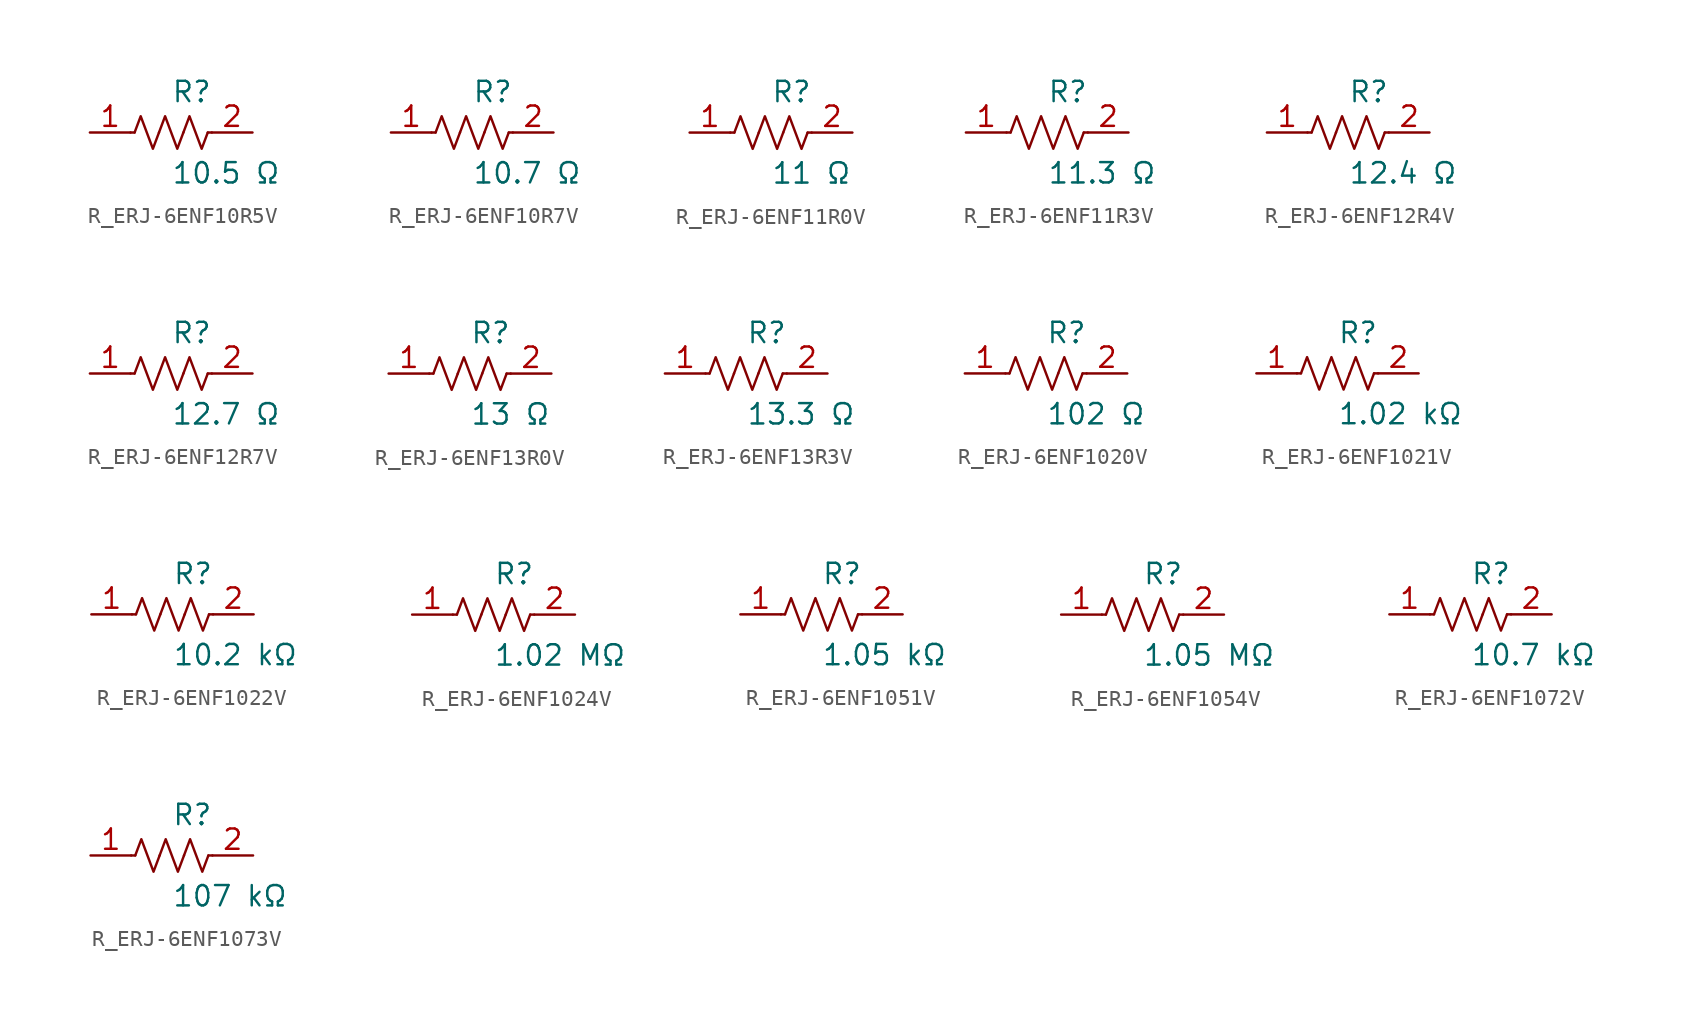
<source format=kicad_sym>
(kicad_symbol_lib
  (version 20231120)
  (generator kicad_symbol_editor)
  (generator_version 8.0)
  (symbol "R_ERJ-6ENF10R5V"
    (pin_names
      (offset 0.254))
    (property "Reference" "R"
      (at 0.0 2.54 0)
      (effects (font (size 1.27 1.27)) (justify left)))
    (property "Value" "10.5 Ω"
      (at 0.0 -2.54 0)
      (effects (font (size 1.27 1.27)) (justify left)))
    (symbol "R_ERJ-6ENF10R5V_0_1"
      (polyline (pts (xy 2.286 0) (xy 2.54 0)) (stroke (width 0) (type default)) (fill (type none)))
      (polyline (pts (xy -2.286 0) (xy -2.54 0)) (stroke (width 0) (type default)) (fill (type none)))
      (polyline (pts (xy 0.762 0) (xy 1.143 1.016) (xy 1.524 0) (xy 1.905 -1.016) (xy 2.286 0)) (stroke (width 0) (type default)) (fill (type none)))
      (polyline (pts (xy -0.762 0) (xy -0.381 1.016) (xy 0 0) (xy 0.381 -1.016) (xy 0.762 0)) (stroke (width 0) (type default)) (fill (type none)))
      (polyline (pts (xy -2.286 0) (xy -1.905 1.016) (xy -1.524 0) (xy -1.143 -1.016) (xy -0.762 0)) (stroke (width 0) (type default)) (fill (type none))))
    (pin unspecified line
      (at -5.08 0 0)
      (length 2.54)
      (name "" (effects (font (size 1.27 1.27))))
      (number "1" (effects (font (size 1.27 1.27)))))
    (pin unspecified line
      (at 5.08 0 180)
      (length 2.54)
      (name "" (effects (font (size 1.27 1.27))))
      (number "2" (effects (font (size 1.27 1.27))))))
  (symbol "R_ERJ-6ENF10R7V"
    (pin_names
      (offset 0.254))
    (property "Reference" "R"
      (at 0.0 2.54 0)
      (effects (font (size 1.27 1.27)) (justify left)))
    (property "Value" "10.7 Ω"
      (at 0.0 -2.54 0)
      (effects (font (size 1.27 1.27)) (justify left)))
    (symbol "R_ERJ-6ENF10R7V_0_1"
      (polyline (pts (xy 2.286 0) (xy 2.54 0)) (stroke (width 0) (type default)) (fill (type none)))
      (polyline (pts (xy -2.286 0) (xy -2.54 0)) (stroke (width 0) (type default)) (fill (type none)))
      (polyline (pts (xy 0.762 0) (xy 1.143 1.016) (xy 1.524 0) (xy 1.905 -1.016) (xy 2.286 0)) (stroke (width 0) (type default)) (fill (type none)))
      (polyline (pts (xy -0.762 0) (xy -0.381 1.016) (xy 0 0) (xy 0.381 -1.016) (xy 0.762 0)) (stroke (width 0) (type default)) (fill (type none)))
      (polyline (pts (xy -2.286 0) (xy -1.905 1.016) (xy -1.524 0) (xy -1.143 -1.016) (xy -0.762 0)) (stroke (width 0) (type default)) (fill (type none))))
    (pin unspecified line
      (at -5.08 0 0)
      (length 2.54)
      (name "" (effects (font (size 1.27 1.27))))
      (number "1" (effects (font (size 1.27 1.27)))))
    (pin unspecified line
      (at 5.08 0 180)
      (length 2.54)
      (name "" (effects (font (size 1.27 1.27))))
      (number "2" (effects (font (size 1.27 1.27))))))
  (symbol "R_ERJ-6ENF11R0V"
    (pin_names
      (offset 0.254))
    (property "Reference" "R"
      (at 0.0 2.54 0)
      (effects (font (size 1.27 1.27)) (justify left)))
    (property "Value" "11 Ω"
      (at 0.0 -2.54 0)
      (effects (font (size 1.27 1.27)) (justify left)))
    (symbol "R_ERJ-6ENF11R0V_0_1"
      (polyline (pts (xy 2.286 0) (xy 2.54 0)) (stroke (width 0) (type default)) (fill (type none)))
      (polyline (pts (xy -2.286 0) (xy -2.54 0)) (stroke (width 0) (type default)) (fill (type none)))
      (polyline (pts (xy 0.762 0) (xy 1.143 1.016) (xy 1.524 0) (xy 1.905 -1.016) (xy 2.286 0)) (stroke (width 0) (type default)) (fill (type none)))
      (polyline (pts (xy -0.762 0) (xy -0.381 1.016) (xy 0 0) (xy 0.381 -1.016) (xy 0.762 0)) (stroke (width 0) (type default)) (fill (type none)))
      (polyline (pts (xy -2.286 0) (xy -1.905 1.016) (xy -1.524 0) (xy -1.143 -1.016) (xy -0.762 0)) (stroke (width 0) (type default)) (fill (type none))))
    (pin unspecified line
      (at -5.08 0 0)
      (length 2.54)
      (name "" (effects (font (size 1.27 1.27))))
      (number "1" (effects (font (size 1.27 1.27)))))
    (pin unspecified line
      (at 5.08 0 180)
      (length 2.54)
      (name "" (effects (font (size 1.27 1.27))))
      (number "2" (effects (font (size 1.27 1.27))))))
  (symbol "R_ERJ-6ENF11R3V"
    (pin_names
      (offset 0.254))
    (property "Reference" "R"
      (at 0.0 2.54 0)
      (effects (font (size 1.27 1.27)) (justify left)))
    (property "Value" "11.3 Ω"
      (at 0.0 -2.54 0)
      (effects (font (size 1.27 1.27)) (justify left)))
    (symbol "R_ERJ-6ENF11R3V_0_1"
      (polyline (pts (xy 2.286 0) (xy 2.54 0)) (stroke (width 0) (type default)) (fill (type none)))
      (polyline (pts (xy -2.286 0) (xy -2.54 0)) (stroke (width 0) (type default)) (fill (type none)))
      (polyline (pts (xy 0.762 0) (xy 1.143 1.016) (xy 1.524 0) (xy 1.905 -1.016) (xy 2.286 0)) (stroke (width 0) (type default)) (fill (type none)))
      (polyline (pts (xy -0.762 0) (xy -0.381 1.016) (xy 0 0) (xy 0.381 -1.016) (xy 0.762 0)) (stroke (width 0) (type default)) (fill (type none)))
      (polyline (pts (xy -2.286 0) (xy -1.905 1.016) (xy -1.524 0) (xy -1.143 -1.016) (xy -0.762 0)) (stroke (width 0) (type default)) (fill (type none))))
    (pin unspecified line
      (at -5.08 0 0)
      (length 2.54)
      (name "" (effects (font (size 1.27 1.27))))
      (number "1" (effects (font (size 1.27 1.27)))))
    (pin unspecified line
      (at 5.08 0 180)
      (length 2.54)
      (name "" (effects (font (size 1.27 1.27))))
      (number "2" (effects (font (size 1.27 1.27))))))
  (symbol "R_ERJ-6ENF12R4V"
    (pin_names
      (offset 0.254))
    (property "Reference" "R"
      (at 0.0 2.54 0)
      (effects (font (size 1.27 1.27)) (justify left)))
    (property "Value" "12.4 Ω"
      (at 0.0 -2.54 0)
      (effects (font (size 1.27 1.27)) (justify left)))
    (symbol "R_ERJ-6ENF12R4V_0_1"
      (polyline (pts (xy 2.286 0) (xy 2.54 0)) (stroke (width 0) (type default)) (fill (type none)))
      (polyline (pts (xy -2.286 0) (xy -2.54 0)) (stroke (width 0) (type default)) (fill (type none)))
      (polyline (pts (xy 0.762 0) (xy 1.143 1.016) (xy 1.524 0) (xy 1.905 -1.016) (xy 2.286 0)) (stroke (width 0) (type default)) (fill (type none)))
      (polyline (pts (xy -0.762 0) (xy -0.381 1.016) (xy 0 0) (xy 0.381 -1.016) (xy 0.762 0)) (stroke (width 0) (type default)) (fill (type none)))
      (polyline (pts (xy -2.286 0) (xy -1.905 1.016) (xy -1.524 0) (xy -1.143 -1.016) (xy -0.762 0)) (stroke (width 0) (type default)) (fill (type none))))
    (pin unspecified line
      (at -5.08 0 0)
      (length 2.54)
      (name "" (effects (font (size 1.27 1.27))))
      (number "1" (effects (font (size 1.27 1.27)))))
    (pin unspecified line
      (at 5.08 0 180)
      (length 2.54)
      (name "" (effects (font (size 1.27 1.27))))
      (number "2" (effects (font (size 1.27 1.27))))))
  (symbol "R_ERJ-6ENF12R7V"
    (pin_names
      (offset 0.254))
    (property "Reference" "R"
      (at 0.0 2.54 0)
      (effects (font (size 1.27 1.27)) (justify left)))
    (property "Value" "12.7 Ω"
      (at 0.0 -2.54 0)
      (effects (font (size 1.27 1.27)) (justify left)))
    (symbol "R_ERJ-6ENF12R7V_0_1"
      (polyline (pts (xy 2.286 0) (xy 2.54 0)) (stroke (width 0) (type default)) (fill (type none)))
      (polyline (pts (xy -2.286 0) (xy -2.54 0)) (stroke (width 0) (type default)) (fill (type none)))
      (polyline (pts (xy 0.762 0) (xy 1.143 1.016) (xy 1.524 0) (xy 1.905 -1.016) (xy 2.286 0)) (stroke (width 0) (type default)) (fill (type none)))
      (polyline (pts (xy -0.762 0) (xy -0.381 1.016) (xy 0 0) (xy 0.381 -1.016) (xy 0.762 0)) (stroke (width 0) (type default)) (fill (type none)))
      (polyline (pts (xy -2.286 0) (xy -1.905 1.016) (xy -1.524 0) (xy -1.143 -1.016) (xy -0.762 0)) (stroke (width 0) (type default)) (fill (type none))))
    (pin unspecified line
      (at -5.08 0 0)
      (length 2.54)
      (name "" (effects (font (size 1.27 1.27))))
      (number "1" (effects (font (size 1.27 1.27)))))
    (pin unspecified line
      (at 5.08 0 180)
      (length 2.54)
      (name "" (effects (font (size 1.27 1.27))))
      (number "2" (effects (font (size 1.27 1.27))))))
  (symbol "R_ERJ-6ENF13R0V"
    (pin_names
      (offset 0.254))
    (property "Reference" "R"
      (at 0.0 2.54 0)
      (effects (font (size 1.27 1.27)) (justify left)))
    (property "Value" "13 Ω"
      (at 0.0 -2.54 0)
      (effects (font (size 1.27 1.27)) (justify left)))
    (symbol "R_ERJ-6ENF13R0V_0_1"
      (polyline (pts (xy 2.286 0) (xy 2.54 0)) (stroke (width 0) (type default)) (fill (type none)))
      (polyline (pts (xy -2.286 0) (xy -2.54 0)) (stroke (width 0) (type default)) (fill (type none)))
      (polyline (pts (xy 0.762 0) (xy 1.143 1.016) (xy 1.524 0) (xy 1.905 -1.016) (xy 2.286 0)) (stroke (width 0) (type default)) (fill (type none)))
      (polyline (pts (xy -0.762 0) (xy -0.381 1.016) (xy 0 0) (xy 0.381 -1.016) (xy 0.762 0)) (stroke (width 0) (type default)) (fill (type none)))
      (polyline (pts (xy -2.286 0) (xy -1.905 1.016) (xy -1.524 0) (xy -1.143 -1.016) (xy -0.762 0)) (stroke (width 0) (type default)) (fill (type none))))
    (pin unspecified line
      (at -5.08 0 0)
      (length 2.54)
      (name "" (effects (font (size 1.27 1.27))))
      (number "1" (effects (font (size 1.27 1.27)))))
    (pin unspecified line
      (at 5.08 0 180)
      (length 2.54)
      (name "" (effects (font (size 1.27 1.27))))
      (number "2" (effects (font (size 1.27 1.27))))))
  (symbol "R_ERJ-6ENF13R3V"
    (pin_names
      (offset 0.254))
    (property "Reference" "R"
      (at 0.0 2.54 0)
      (effects (font (size 1.27 1.27)) (justify left)))
    (property "Value" "13.3 Ω"
      (at 0.0 -2.54 0)
      (effects (font (size 1.27 1.27)) (justify left)))
    (symbol "R_ERJ-6ENF13R3V_0_1"
      (polyline (pts (xy 2.286 0) (xy 2.54 0)) (stroke (width 0) (type default)) (fill (type none)))
      (polyline (pts (xy -2.286 0) (xy -2.54 0)) (stroke (width 0) (type default)) (fill (type none)))
      (polyline (pts (xy 0.762 0) (xy 1.143 1.016) (xy 1.524 0) (xy 1.905 -1.016) (xy 2.286 0)) (stroke (width 0) (type default)) (fill (type none)))
      (polyline (pts (xy -0.762 0) (xy -0.381 1.016) (xy 0 0) (xy 0.381 -1.016) (xy 0.762 0)) (stroke (width 0) (type default)) (fill (type none)))
      (polyline (pts (xy -2.286 0) (xy -1.905 1.016) (xy -1.524 0) (xy -1.143 -1.016) (xy -0.762 0)) (stroke (width 0) (type default)) (fill (type none))))
    (pin unspecified line
      (at -5.08 0 0)
      (length 2.54)
      (name "" (effects (font (size 1.27 1.27))))
      (number "1" (effects (font (size 1.27 1.27)))))
    (pin unspecified line
      (at 5.08 0 180)
      (length 2.54)
      (name "" (effects (font (size 1.27 1.27))))
      (number "2" (effects (font (size 1.27 1.27))))))
  (symbol "R_ERJ-6ENF1020V"
    (pin_names
      (offset 0.254))
    (property "Reference" "R"
      (at 0.0 2.54 0)
      (effects (font (size 1.27 1.27)) (justify left)))
    (property "Value" "102 Ω"
      (at 0.0 -2.54 0)
      (effects (font (size 1.27 1.27)) (justify left)))
    (symbol "R_ERJ-6ENF1020V_0_1"
      (polyline (pts (xy 2.286 0) (xy 2.54 0)) (stroke (width 0) (type default)) (fill (type none)))
      (polyline (pts (xy -2.286 0) (xy -2.54 0)) (stroke (width 0) (type default)) (fill (type none)))
      (polyline (pts (xy 0.762 0) (xy 1.143 1.016) (xy 1.524 0) (xy 1.905 -1.016) (xy 2.286 0)) (stroke (width 0) (type default)) (fill (type none)))
      (polyline (pts (xy -0.762 0) (xy -0.381 1.016) (xy 0 0) (xy 0.381 -1.016) (xy 0.762 0)) (stroke (width 0) (type default)) (fill (type none)))
      (polyline (pts (xy -2.286 0) (xy -1.905 1.016) (xy -1.524 0) (xy -1.143 -1.016) (xy -0.762 0)) (stroke (width 0) (type default)) (fill (type none))))
    (pin unspecified line
      (at -5.08 0 0)
      (length 2.54)
      (name "" (effects (font (size 1.27 1.27))))
      (number "1" (effects (font (size 1.27 1.27)))))
    (pin unspecified line
      (at 5.08 0 180)
      (length 2.54)
      (name "" (effects (font (size 1.27 1.27))))
      (number "2" (effects (font (size 1.27 1.27))))))
  (symbol "R_ERJ-6ENF1021V"
    (pin_names
      (offset 0.254))
    (property "Reference" "R"
      (at 0.0 2.54 0)
      (effects (font (size 1.27 1.27)) (justify left)))
    (property "Value" "1.02 kΩ"
      (at 0.0 -2.54 0)
      (effects (font (size 1.27 1.27)) (justify left)))
    (symbol "R_ERJ-6ENF1021V_0_1"
      (polyline (pts (xy 2.286 0) (xy 2.54 0)) (stroke (width 0) (type default)) (fill (type none)))
      (polyline (pts (xy -2.286 0) (xy -2.54 0)) (stroke (width 0) (type default)) (fill (type none)))
      (polyline (pts (xy 0.762 0) (xy 1.143 1.016) (xy 1.524 0) (xy 1.905 -1.016) (xy 2.286 0)) (stroke (width 0) (type default)) (fill (type none)))
      (polyline (pts (xy -0.762 0) (xy -0.381 1.016) (xy 0 0) (xy 0.381 -1.016) (xy 0.762 0)) (stroke (width 0) (type default)) (fill (type none)))
      (polyline (pts (xy -2.286 0) (xy -1.905 1.016) (xy -1.524 0) (xy -1.143 -1.016) (xy -0.762 0)) (stroke (width 0) (type default)) (fill (type none))))
    (pin unspecified line
      (at -5.08 0 0)
      (length 2.54)
      (name "" (effects (font (size 1.27 1.27))))
      (number "1" (effects (font (size 1.27 1.27)))))
    (pin unspecified line
      (at 5.08 0 180)
      (length 2.54)
      (name "" (effects (font (size 1.27 1.27))))
      (number "2" (effects (font (size 1.27 1.27))))))
  (symbol "R_ERJ-6ENF1022V"
    (pin_names
      (offset 0.254))
    (property "Reference" "R"
      (at 0.0 2.54 0)
      (effects (font (size 1.27 1.27)) (justify left)))
    (property "Value" "10.2 kΩ"
      (at 0.0 -2.54 0)
      (effects (font (size 1.27 1.27)) (justify left)))
    (symbol "R_ERJ-6ENF1022V_0_1"
      (polyline (pts (xy 2.286 0) (xy 2.54 0)) (stroke (width 0) (type default)) (fill (type none)))
      (polyline (pts (xy -2.286 0) (xy -2.54 0)) (stroke (width 0) (type default)) (fill (type none)))
      (polyline (pts (xy 0.762 0) (xy 1.143 1.016) (xy 1.524 0) (xy 1.905 -1.016) (xy 2.286 0)) (stroke (width 0) (type default)) (fill (type none)))
      (polyline (pts (xy -0.762 0) (xy -0.381 1.016) (xy 0 0) (xy 0.381 -1.016) (xy 0.762 0)) (stroke (width 0) (type default)) (fill (type none)))
      (polyline (pts (xy -2.286 0) (xy -1.905 1.016) (xy -1.524 0) (xy -1.143 -1.016) (xy -0.762 0)) (stroke (width 0) (type default)) (fill (type none))))
    (pin unspecified line
      (at -5.08 0 0)
      (length 2.54)
      (name "" (effects (font (size 1.27 1.27))))
      (number "1" (effects (font (size 1.27 1.27)))))
    (pin unspecified line
      (at 5.08 0 180)
      (length 2.54)
      (name "" (effects (font (size 1.27 1.27))))
      (number "2" (effects (font (size 1.27 1.27))))))
  (symbol "R_ERJ-6ENF1024V"
    (pin_names
      (offset 0.254))
    (property "Reference" "R"
      (at 0.0 2.54 0)
      (effects (font (size 1.27 1.27)) (justify left)))
    (property "Value" "1.02 MΩ"
      (at 0.0 -2.54 0)
      (effects (font (size 1.27 1.27)) (justify left)))
    (symbol "R_ERJ-6ENF1024V_0_1"
      (polyline (pts (xy 2.286 0) (xy 2.54 0)) (stroke (width 0) (type default)) (fill (type none)))
      (polyline (pts (xy -2.286 0) (xy -2.54 0)) (stroke (width 0) (type default)) (fill (type none)))
      (polyline (pts (xy 0.762 0) (xy 1.143 1.016) (xy 1.524 0) (xy 1.905 -1.016) (xy 2.286 0)) (stroke (width 0) (type default)) (fill (type none)))
      (polyline (pts (xy -0.762 0) (xy -0.381 1.016) (xy 0 0) (xy 0.381 -1.016) (xy 0.762 0)) (stroke (width 0) (type default)) (fill (type none)))
      (polyline (pts (xy -2.286 0) (xy -1.905 1.016) (xy -1.524 0) (xy -1.143 -1.016) (xy -0.762 0)) (stroke (width 0) (type default)) (fill (type none))))
    (pin unspecified line
      (at -5.08 0 0)
      (length 2.54)
      (name "" (effects (font (size 1.27 1.27))))
      (number "1" (effects (font (size 1.27 1.27)))))
    (pin unspecified line
      (at 5.08 0 180)
      (length 2.54)
      (name "" (effects (font (size 1.27 1.27))))
      (number "2" (effects (font (size 1.27 1.27))))))
  (symbol "R_ERJ-6ENF1051V"
    (pin_names
      (offset 0.254))
    (property "Reference" "R"
      (at 0.0 2.54 0)
      (effects (font (size 1.27 1.27)) (justify left)))
    (property "Value" "1.05 kΩ"
      (at 0.0 -2.54 0)
      (effects (font (size 1.27 1.27)) (justify left)))
    (symbol "R_ERJ-6ENF1051V_0_1"
      (polyline (pts (xy 2.286 0) (xy 2.54 0)) (stroke (width 0) (type default)) (fill (type none)))
      (polyline (pts (xy -2.286 0) (xy -2.54 0)) (stroke (width 0) (type default)) (fill (type none)))
      (polyline (pts (xy 0.762 0) (xy 1.143 1.016) (xy 1.524 0) (xy 1.905 -1.016) (xy 2.286 0)) (stroke (width 0) (type default)) (fill (type none)))
      (polyline (pts (xy -0.762 0) (xy -0.381 1.016) (xy 0 0) (xy 0.381 -1.016) (xy 0.762 0)) (stroke (width 0) (type default)) (fill (type none)))
      (polyline (pts (xy -2.286 0) (xy -1.905 1.016) (xy -1.524 0) (xy -1.143 -1.016) (xy -0.762 0)) (stroke (width 0) (type default)) (fill (type none))))
    (pin unspecified line
      (at -5.08 0 0)
      (length 2.54)
      (name "" (effects (font (size 1.27 1.27))))
      (number "1" (effects (font (size 1.27 1.27)))))
    (pin unspecified line
      (at 5.08 0 180)
      (length 2.54)
      (name "" (effects (font (size 1.27 1.27))))
      (number "2" (effects (font (size 1.27 1.27))))))
  (symbol "R_ERJ-6ENF1054V"
    (pin_names
      (offset 0.254))
    (property "Reference" "R"
      (at 0.0 2.54 0)
      (effects (font (size 1.27 1.27)) (justify left)))
    (property "Value" "1.05 MΩ"
      (at 0.0 -2.54 0)
      (effects (font (size 1.27 1.27)) (justify left)))
    (symbol "R_ERJ-6ENF1054V_0_1"
      (polyline (pts (xy 2.286 0) (xy 2.54 0)) (stroke (width 0) (type default)) (fill (type none)))
      (polyline (pts (xy -2.286 0) (xy -2.54 0)) (stroke (width 0) (type default)) (fill (type none)))
      (polyline (pts (xy 0.762 0) (xy 1.143 1.016) (xy 1.524 0) (xy 1.905 -1.016) (xy 2.286 0)) (stroke (width 0) (type default)) (fill (type none)))
      (polyline (pts (xy -0.762 0) (xy -0.381 1.016) (xy 0 0) (xy 0.381 -1.016) (xy 0.762 0)) (stroke (width 0) (type default)) (fill (type none)))
      (polyline (pts (xy -2.286 0) (xy -1.905 1.016) (xy -1.524 0) (xy -1.143 -1.016) (xy -0.762 0)) (stroke (width 0) (type default)) (fill (type none))))
    (pin unspecified line
      (at -5.08 0 0)
      (length 2.54)
      (name "" (effects (font (size 1.27 1.27))))
      (number "1" (effects (font (size 1.27 1.27)))))
    (pin unspecified line
      (at 5.08 0 180)
      (length 2.54)
      (name "" (effects (font (size 1.27 1.27))))
      (number "2" (effects (font (size 1.27 1.27))))))
  (symbol "R_ERJ-6ENF1072V"
    (pin_names
      (offset 0.254))
    (property "Reference" "R"
      (at 0.0 2.54 0)
      (effects (font (size 1.27 1.27)) (justify left)))
    (property "Value" "10.7 kΩ"
      (at 0.0 -2.54 0)
      (effects (font (size 1.27 1.27)) (justify left)))
    (symbol "R_ERJ-6ENF1072V_0_1"
      (polyline (pts (xy 2.286 0) (xy 2.54 0)) (stroke (width 0) (type default)) (fill (type none)))
      (polyline (pts (xy -2.286 0) (xy -2.54 0)) (stroke (width 0) (type default)) (fill (type none)))
      (polyline (pts (xy 0.762 0) (xy 1.143 1.016) (xy 1.524 0) (xy 1.905 -1.016) (xy 2.286 0)) (stroke (width 0) (type default)) (fill (type none)))
      (polyline (pts (xy -0.762 0) (xy -0.381 1.016) (xy 0 0) (xy 0.381 -1.016) (xy 0.762 0)) (stroke (width 0) (type default)) (fill (type none)))
      (polyline (pts (xy -2.286 0) (xy -1.905 1.016) (xy -1.524 0) (xy -1.143 -1.016) (xy -0.762 0)) (stroke (width 0) (type default)) (fill (type none))))
    (pin unspecified line
      (at -5.08 0 0)
      (length 2.54)
      (name "" (effects (font (size 1.27 1.27))))
      (number "1" (effects (font (size 1.27 1.27)))))
    (pin unspecified line
      (at 5.08 0 180)
      (length 2.54)
      (name "" (effects (font (size 1.27 1.27))))
      (number "2" (effects (font (size 1.27 1.27))))))
  (symbol "R_ERJ-6ENF1073V"
    (pin_names
      (offset 0.254))
    (property "Reference" "R"
      (at 0.0 2.54 0)
      (effects (font (size 1.27 1.27)) (justify left)))
    (property "Value" "107 kΩ"
      (at 0.0 -2.54 0)
      (effects (font (size 1.27 1.27)) (justify left)))
    (symbol "R_ERJ-6ENF1073V_0_1"
      (polyline (pts (xy 2.286 0) (xy 2.54 0)) (stroke (width 0) (type default)) (fill (type none)))
      (polyline (pts (xy -2.286 0) (xy -2.54 0)) (stroke (width 0) (type default)) (fill (type none)))
      (polyline (pts (xy 0.762 0) (xy 1.143 1.016) (xy 1.524 0) (xy 1.905 -1.016) (xy 2.286 0)) (stroke (width 0) (type default)) (fill (type none)))
      (polyline (pts (xy -0.762 0) (xy -0.381 1.016) (xy 0 0) (xy 0.381 -1.016) (xy 0.762 0)) (stroke (width 0) (type default)) (fill (type none)))
      (polyline (pts (xy -2.286 0) (xy -1.905 1.016) (xy -1.524 0) (xy -1.143 -1.016) (xy -0.762 0)) (stroke (width 0) (type default)) (fill (type none))))
    (pin unspecified line
      (at -5.08 0 0)
      (length 2.54)
      (name "" (effects (font (size 1.27 1.27))))
      (number "1" (effects (font (size 1.27 1.27)))))
    (pin unspecified line
      (at 5.08 0 180)
      (length 2.54)
      (name "" (effects (font (size 1.27 1.27))))
      (number "2" (effects (font (size 1.27 1.27)))))))
</source>
